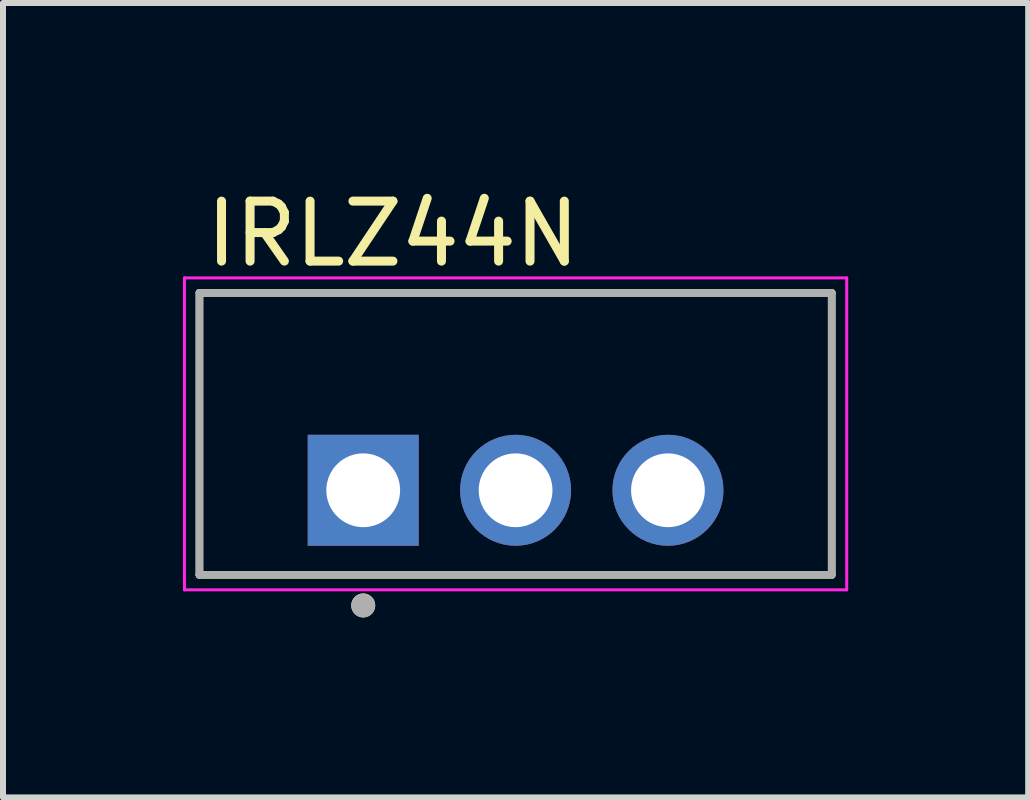
<source format=kicad_pcb>
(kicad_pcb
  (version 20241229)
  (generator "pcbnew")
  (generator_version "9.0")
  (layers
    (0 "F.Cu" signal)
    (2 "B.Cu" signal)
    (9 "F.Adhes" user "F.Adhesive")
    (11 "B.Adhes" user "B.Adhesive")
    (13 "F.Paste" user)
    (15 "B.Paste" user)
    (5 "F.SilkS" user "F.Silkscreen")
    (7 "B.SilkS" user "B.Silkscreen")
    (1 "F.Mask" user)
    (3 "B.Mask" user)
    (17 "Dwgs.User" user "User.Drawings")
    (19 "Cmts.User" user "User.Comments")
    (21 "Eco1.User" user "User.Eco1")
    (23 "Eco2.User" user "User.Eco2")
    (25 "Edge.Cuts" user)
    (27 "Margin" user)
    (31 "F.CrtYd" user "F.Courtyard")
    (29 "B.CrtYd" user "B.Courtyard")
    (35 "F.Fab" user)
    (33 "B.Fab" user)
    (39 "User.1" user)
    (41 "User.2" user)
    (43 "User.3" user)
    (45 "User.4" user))
  (footprint "IRLZ44N"
    (layer "F.Cu")
    (at 5.545 4.183)
    (property "Reference" "IRLZ44N" (at -2.045 -3.335 0) (layer "F.SilkS") (effects (font (size 1 1) (thickness 0.15))))
    (attr through_hole)
    (fp_line (start -5.27 -2.35) (end -5.27 2.35) (stroke (width 0.127) (type solid)) (layer "F.SilkS"))
    (fp_line (start -5.27 2.35) (end 5.27 2.35) (stroke (width 0.127) (type solid)) (layer "F.SilkS"))
    (fp_line (start 5.27 -2.35) (end -5.27 -2.35) (stroke (width 0.127) (type solid)) (layer "F.SilkS"))
    (fp_line (start 5.27 2.35) (end 5.27 -2.35) (stroke (width 0.127) (type solid)) (layer "F.SilkS"))
    (fp_circle (center -2.54 2.86) (end -2.44 2.86) (stroke (width 0.2) (type solid)) (fill no) (layer "F.SilkS"))
    (fp_line (start -5.52 -2.6) (end -5.52 2.6) (stroke (width 0.05) (type solid)) (layer "F.CrtYd"))
    (fp_line (start -5.52 2.6) (end 5.52 2.6) (stroke (width 0.05) (type solid)) (layer "F.CrtYd"))
    (fp_line (start 5.52 -2.6) (end -5.52 -2.6) (stroke (width 0.05) (type solid)) (layer "F.CrtYd"))
    (fp_line (start 5.52 2.6) (end 5.52 -2.6) (stroke (width 0.05) (type solid)) (layer "F.CrtYd"))
    (fp_line (start -5.27 -2.35) (end -5.27 2.35) (stroke (width 0.127) (type solid)) (layer "F.Fab"))
    (fp_line (start -5.27 2.35) (end 5.27 2.35) (stroke (width 0.127) (type solid)) (layer "F.Fab"))
    (fp_line (start 5.27 -2.35) (end -5.27 -2.35) (stroke (width 0.127) (type solid)) (layer "F.Fab"))
    (fp_line (start 5.27 2.35) (end 5.27 -2.35) (stroke (width 0.127) (type solid)) (layer "F.Fab"))
    (fp_circle (center -2.54 2.86) (end -2.44 2.86) (stroke (width 0.2) (type solid)) (fill no) (layer "F.Fab"))
    (pad "1" thru_hole rect (at -2.54 0.94) (size 1.85 1.85) (drill 1.23) (layers "*.Cu" "*.Mask"))
    (pad "2" thru_hole circle (at 0 0.94) (size 1.85 1.85) (drill 1.23) (layers "*.Cu" "*.Mask"))
    (pad "3" thru_hole circle (at 2.54 0.94) (size 1.85 1.85) (drill 1.23) (layers "*.Cu" "*.Mask")))
  (gr_rect
    (start -3 -3)
    (end 14.09 10.243)
    (stroke (width 0.1) (type default))
    (fill no)
    (layer "Edge.Cuts")))
</source>
